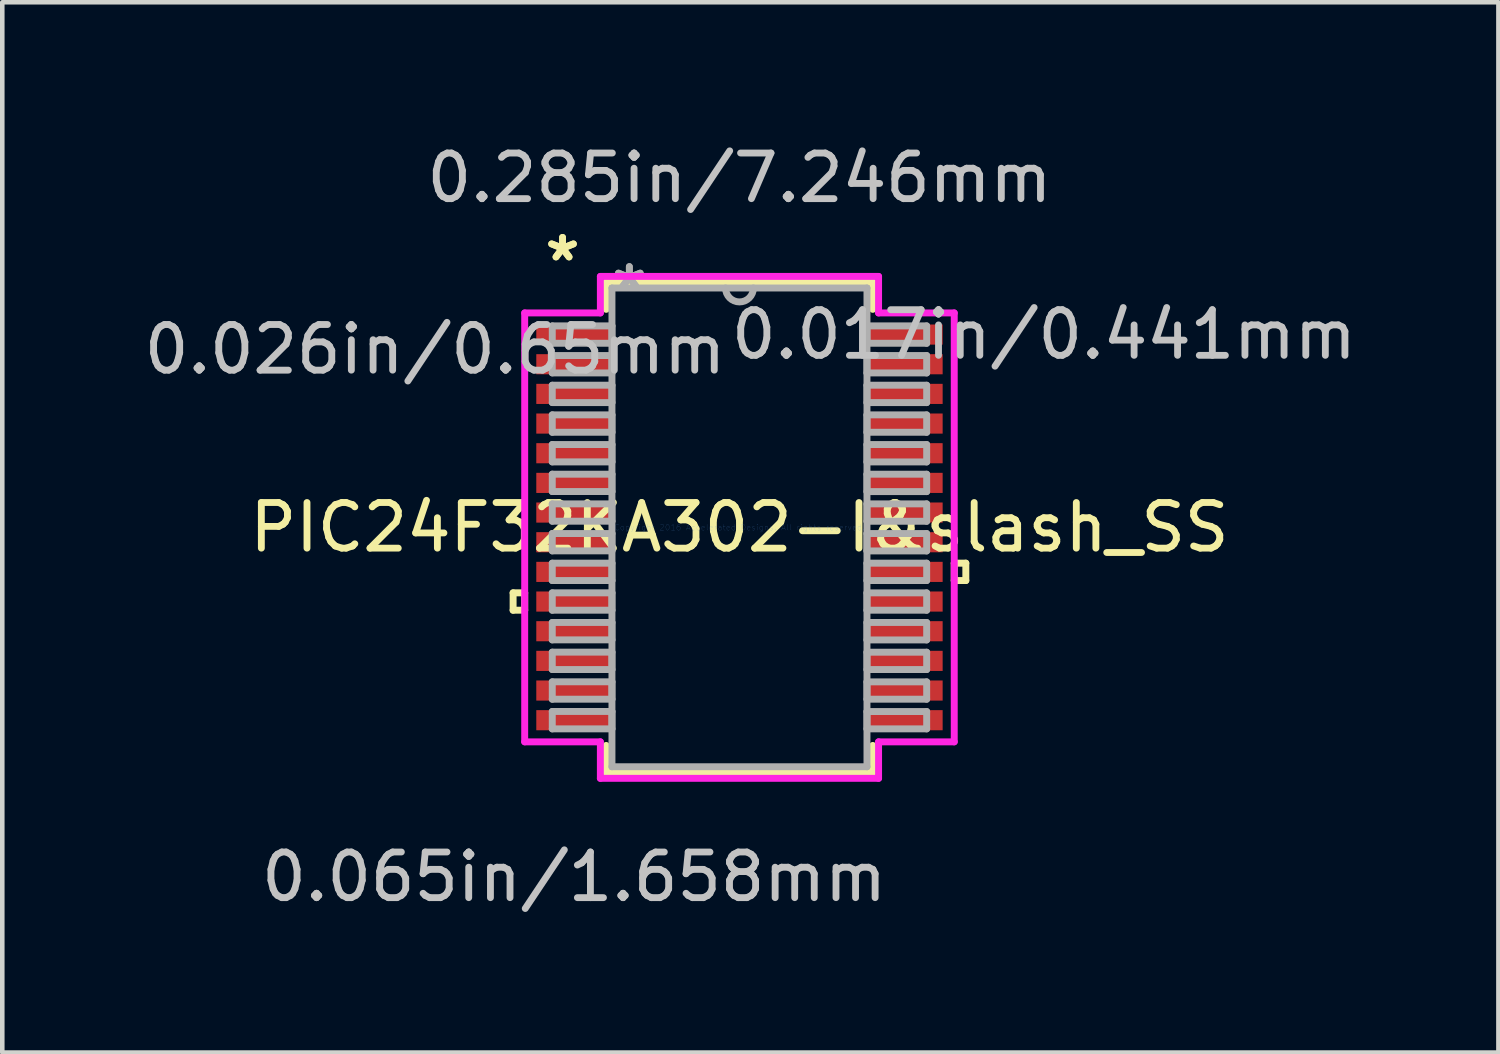
<source format=kicad_pcb>
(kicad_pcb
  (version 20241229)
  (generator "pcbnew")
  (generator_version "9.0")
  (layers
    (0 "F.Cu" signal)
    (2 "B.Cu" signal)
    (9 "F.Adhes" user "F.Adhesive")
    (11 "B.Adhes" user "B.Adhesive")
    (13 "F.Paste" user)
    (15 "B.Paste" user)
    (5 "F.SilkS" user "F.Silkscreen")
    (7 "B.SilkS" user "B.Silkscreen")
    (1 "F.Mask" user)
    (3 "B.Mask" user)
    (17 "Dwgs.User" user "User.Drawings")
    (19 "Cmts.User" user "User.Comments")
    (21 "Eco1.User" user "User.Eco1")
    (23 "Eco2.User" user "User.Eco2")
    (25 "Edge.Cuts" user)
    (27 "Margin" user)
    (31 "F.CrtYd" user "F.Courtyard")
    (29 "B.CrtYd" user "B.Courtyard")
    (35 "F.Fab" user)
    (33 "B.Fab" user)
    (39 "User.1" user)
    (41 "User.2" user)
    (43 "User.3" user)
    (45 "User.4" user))
  (footprint "PIC24F32KA302-I&slash_SS"
    (layer "F.Cu")
    (at 13.153 8.506)
    (property "Reference" "PIC24F32KA302-I&slash_SS" (at 0 0 0) (layer "F.SilkS") (effects (font (size 1 1) (thickness 0.15))))
    (attr through_hole)
    (fp_line (start -4.96 1.434) (end -4.96 1.815) (stroke (width 0.152) (type solid)) (layer "F.SilkS"))
    (fp_line (start -4.96 1.815) (end -4.706 1.815) (stroke (width 0.152) (type solid)) (layer "F.SilkS"))
    (fp_line (start -4.706 1.434) (end -4.96 1.434) (stroke (width 0.152) (type solid)) (layer "F.SilkS"))
    (fp_line (start -4.706 1.815) (end -4.706 1.434) (stroke (width 0.152) (type solid)) (layer "F.SilkS"))
    (fp_line (start -2.921 -5.372) (end -2.921 -4.778) (stroke (width 0.152) (type solid)) (layer "F.SilkS"))
    (fp_line (start -2.921 4.778) (end -2.921 5.372) (stroke (width 0.152) (type solid)) (layer "F.SilkS"))
    (fp_line (start -2.921 5.372) (end 2.921 5.372) (stroke (width 0.152) (type solid)) (layer "F.SilkS"))
    (fp_line (start 2.921 -5.372) (end -2.921 -5.372) (stroke (width 0.152) (type solid)) (layer "F.SilkS"))
    (fp_line (start 2.921 -4.778) (end 2.921 -5.372) (stroke (width 0.152) (type solid)) (layer "F.SilkS"))
    (fp_line (start 2.921 5.372) (end 2.921 4.778) (stroke (width 0.152) (type solid)) (layer "F.SilkS"))
    (fp_line (start 4.706 0.784) (end 4.96 0.784) (stroke (width 0.152) (type solid)) (layer "F.SilkS"))
    (fp_line (start 4.706 1.165) (end 4.706 0.784) (stroke (width 0.152) (type solid)) (layer "F.SilkS"))
    (fp_line (start 4.96 0.784) (end 4.96 1.165) (stroke (width 0.152) (type solid)) (layer "F.SilkS"))
    (fp_line (start 4.96 1.165) (end 4.706 1.165) (stroke (width 0.152) (type solid)) (layer "F.SilkS"))
    (fp_line (start -4.706 -4.699) (end -3.048 -4.699) (stroke (width 0.152) (type solid)) (layer "F.CrtYd"))
    (fp_line (start -4.706 4.699) (end -4.706 -4.699) (stroke (width 0.152) (type solid)) (layer "F.CrtYd"))
    (fp_line (start -3.048 -5.499) (end 3.048 -5.499) (stroke (width 0.152) (type solid)) (layer "F.CrtYd"))
    (fp_line (start -3.048 -4.699) (end -3.048 -5.499) (stroke (width 0.152) (type solid)) (layer "F.CrtYd"))
    (fp_line (start -3.048 4.699) (end -4.706 4.699) (stroke (width 0.152) (type solid)) (layer "F.CrtYd"))
    (fp_line (start -3.048 5.499) (end -3.048 4.699) (stroke (width 0.152) (type solid)) (layer "F.CrtYd"))
    (fp_line (start 3.048 -5.499) (end 3.048 -4.699) (stroke (width 0.152) (type solid)) (layer "F.CrtYd"))
    (fp_line (start 3.048 -4.699) (end 4.706 -4.699) (stroke (width 0.152) (type solid)) (layer "F.CrtYd"))
    (fp_line (start 3.048 4.699) (end 3.048 5.499) (stroke (width 0.152) (type solid)) (layer "F.CrtYd"))
    (fp_line (start 3.048 5.499) (end -3.048 5.499) (stroke (width 0.152) (type solid)) (layer "F.CrtYd"))
    (fp_line (start 4.706 -4.699) (end 4.706 4.699) (stroke (width 0.152) (type solid)) (layer "F.CrtYd"))
    (fp_line (start 4.706 4.699) (end 3.048 4.699) (stroke (width 0.152) (type solid)) (layer "F.CrtYd"))
    (fp_line (start -4.102 -4.415) (end -4.102 -4.035) (stroke (width 0.152) (type solid)) (layer "F.Fab"))
    (fp_line (start -4.102 -4.035) (end -2.794 -4.035) (stroke (width 0.152) (type solid)) (layer "F.Fab"))
    (fp_line (start -4.102 -3.765) (end -4.102 -3.385) (stroke (width 0.152) (type solid)) (layer "F.Fab"))
    (fp_line (start -4.102 -3.385) (end -2.794 -3.385) (stroke (width 0.152) (type solid)) (layer "F.Fab"))
    (fp_line (start -4.102 -3.115) (end -4.102 -2.735) (stroke (width 0.152) (type solid)) (layer "F.Fab"))
    (fp_line (start -4.102 -2.735) (end -2.794 -2.735) (stroke (width 0.152) (type solid)) (layer "F.Fab"))
    (fp_line (start -4.102 -2.466) (end -4.102 -2.084) (stroke (width 0.152) (type solid)) (layer "F.Fab"))
    (fp_line (start -4.102 -2.084) (end -2.794 -2.084) (stroke (width 0.152) (type solid)) (layer "F.Fab"))
    (fp_line (start -4.102 -1.816) (end -4.102 -1.435) (stroke (width 0.152) (type solid)) (layer "F.Fab"))
    (fp_line (start -4.102 -1.435) (end -2.794 -1.435) (stroke (width 0.152) (type solid)) (layer "F.Fab"))
    (fp_line (start -4.102 -1.166) (end -4.102 -0.785) (stroke (width 0.152) (type solid)) (layer "F.Fab"))
    (fp_line (start -4.102 -0.785) (end -2.794 -0.785) (stroke (width 0.152) (type solid)) (layer "F.Fab"))
    (fp_line (start -4.102 -0.516) (end -4.102 -0.135) (stroke (width 0.152) (type solid)) (layer "F.Fab"))
    (fp_line (start -4.102 -0.135) (end -2.794 -0.135) (stroke (width 0.152) (type solid)) (layer "F.Fab"))
    (fp_line (start -4.102 0.134) (end -4.102 0.515) (stroke (width 0.152) (type solid)) (layer "F.Fab"))
    (fp_line (start -4.102 0.515) (end -2.794 0.515) (stroke (width 0.152) (type solid)) (layer "F.Fab"))
    (fp_line (start -4.102 0.784) (end -4.102 1.165) (stroke (width 0.152) (type solid)) (layer "F.Fab"))
    (fp_line (start -4.102 1.165) (end -2.794 1.165) (stroke (width 0.152) (type solid)) (layer "F.Fab"))
    (fp_line (start -4.102 1.434) (end -4.102 1.815) (stroke (width 0.152) (type solid)) (layer "F.Fab"))
    (fp_line (start -4.102 1.815) (end -2.794 1.815) (stroke (width 0.152) (type solid)) (layer "F.Fab"))
    (fp_line (start -4.102 2.084) (end -4.102 2.465) (stroke (width 0.152) (type solid)) (layer "F.Fab"))
    (fp_line (start -4.102 2.465) (end -2.794 2.465) (stroke (width 0.152) (type solid)) (layer "F.Fab"))
    (fp_line (start -4.102 2.734) (end -4.102 3.115) (stroke (width 0.152) (type solid)) (layer "F.Fab"))
    (fp_line (start -4.102 3.115) (end -2.794 3.115) (stroke (width 0.152) (type solid)) (layer "F.Fab"))
    (fp_line (start -4.102 3.384) (end -4.102 3.765) (stroke (width 0.152) (type solid)) (layer "F.Fab"))
    (fp_line (start -4.102 3.765) (end -2.794 3.765) (stroke (width 0.152) (type solid)) (layer "F.Fab"))
    (fp_line (start -4.102 4.034) (end -4.102 4.415) (stroke (width 0.152) (type solid)) (layer "F.Fab"))
    (fp_line (start -4.102 4.415) (end -2.794 4.415) (stroke (width 0.152) (type solid)) (layer "F.Fab"))
    (fp_line (start -2.794 -5.245) (end -2.794 5.245) (stroke (width 0.152) (type solid)) (layer "F.Fab"))
    (fp_line (start -2.794 -4.415) (end -4.102 -4.415) (stroke (width 0.152) (type solid)) (layer "F.Fab"))
    (fp_line (start -2.794 -4.035) (end -2.794 -4.415) (stroke (width 0.152) (type solid)) (layer "F.Fab"))
    (fp_line (start -2.794 -3.765) (end -4.102 -3.765) (stroke (width 0.152) (type solid)) (layer "F.Fab"))
    (fp_line (start -2.794 -3.385) (end -2.794 -3.765) (stroke (width 0.152) (type solid)) (layer "F.Fab"))
    (fp_line (start -2.794 -3.115) (end -4.102 -3.115) (stroke (width 0.152) (type solid)) (layer "F.Fab"))
    (fp_line (start -2.794 -2.735) (end -2.794 -3.115) (stroke (width 0.152) (type solid)) (layer "F.Fab"))
    (fp_line (start -2.794 -2.466) (end -4.102 -2.466) (stroke (width 0.152) (type solid)) (layer "F.Fab"))
    (fp_line (start -2.794 -2.084) (end -2.794 -2.466) (stroke (width 0.152) (type solid)) (layer "F.Fab"))
    (fp_line (start -2.794 -1.816) (end -4.102 -1.816) (stroke (width 0.152) (type solid)) (layer "F.Fab"))
    (fp_line (start -2.794 -1.435) (end -2.794 -1.816) (stroke (width 0.152) (type solid)) (layer "F.Fab"))
    (fp_line (start -2.794 -1.166) (end -4.102 -1.166) (stroke (width 0.152) (type solid)) (layer "F.Fab"))
    (fp_line (start -2.794 -0.785) (end -2.794 -1.166) (stroke (width 0.152) (type solid)) (layer "F.Fab"))
    (fp_line (start -2.794 -0.516) (end -4.102 -0.516) (stroke (width 0.152) (type solid)) (layer "F.Fab"))
    (fp_line (start -2.794 -0.135) (end -2.794 -0.516) (stroke (width 0.152) (type solid)) (layer "F.Fab"))
    (fp_line (start -2.794 0.134) (end -4.102 0.134) (stroke (width 0.152) (type solid)) (layer "F.Fab"))
    (fp_line (start -2.794 0.515) (end -2.794 0.134) (stroke (width 0.152) (type solid)) (layer "F.Fab"))
    (fp_line (start -2.794 0.784) (end -4.102 0.784) (stroke (width 0.152) (type solid)) (layer "F.Fab"))
    (fp_line (start -2.794 1.165) (end -2.794 0.784) (stroke (width 0.152) (type solid)) (layer "F.Fab"))
    (fp_line (start -2.794 1.434) (end -4.102 1.434) (stroke (width 0.152) (type solid)) (layer "F.Fab"))
    (fp_line (start -2.794 1.815) (end -2.794 1.434) (stroke (width 0.152) (type solid)) (layer "F.Fab"))
    (fp_line (start -2.794 2.084) (end -4.102 2.084) (stroke (width 0.152) (type solid)) (layer "F.Fab"))
    (fp_line (start -2.794 2.465) (end -2.794 2.084) (stroke (width 0.152) (type solid)) (layer "F.Fab"))
    (fp_line (start -2.794 2.734) (end -4.102 2.734) (stroke (width 0.152) (type solid)) (layer "F.Fab"))
    (fp_line (start -2.794 3.115) (end -2.794 2.734) (stroke (width 0.152) (type solid)) (layer "F.Fab"))
    (fp_line (start -2.794 3.384) (end -4.102 3.384) (stroke (width 0.152) (type solid)) (layer "F.Fab"))
    (fp_line (start -2.794 3.765) (end -2.794 3.384) (stroke (width 0.152) (type solid)) (layer "F.Fab"))
    (fp_line (start -2.794 4.034) (end -4.102 4.034) (stroke (width 0.152) (type solid)) (layer "F.Fab"))
    (fp_line (start -2.794 4.415) (end -2.794 4.034) (stroke (width 0.152) (type solid)) (layer "F.Fab"))
    (fp_line (start -2.794 5.245) (end 2.794 5.245) (stroke (width 0.152) (type solid)) (layer "F.Fab"))
    (fp_line (start 2.794 -5.245) (end -2.794 -5.245) (stroke (width 0.152) (type solid)) (layer "F.Fab"))
    (fp_line (start 2.794 -4.415) (end 2.794 -4.034) (stroke (width 0.152) (type solid)) (layer "F.Fab"))
    (fp_line (start 2.794 -4.034) (end 4.102 -4.034) (stroke (width 0.152) (type solid)) (layer "F.Fab"))
    (fp_line (start 2.794 -3.765) (end 2.794 -3.384) (stroke (width 0.152) (type solid)) (layer "F.Fab"))
    (fp_line (start 2.794 -3.384) (end 4.102 -3.384) (stroke (width 0.152) (type solid)) (layer "F.Fab"))
    (fp_line (start 2.794 -3.115) (end 2.794 -2.734) (stroke (width 0.152) (type solid)) (layer "F.Fab"))
    (fp_line (start 2.794 -2.734) (end 4.102 -2.734) (stroke (width 0.152) (type solid)) (layer "F.Fab"))
    (fp_line (start 2.794 -2.465) (end 2.794 -2.084) (stroke (width 0.152) (type solid)) (layer "F.Fab"))
    (fp_line (start 2.794 -2.084) (end 4.102 -2.084) (stroke (width 0.152) (type solid)) (layer "F.Fab"))
    (fp_line (start 2.794 -1.815) (end 2.794 -1.434) (stroke (width 0.152) (type solid)) (layer "F.Fab"))
    (fp_line (start 2.794 -1.434) (end 4.102 -1.434) (stroke (width 0.152) (type solid)) (layer "F.Fab"))
    (fp_line (start 2.794 -1.165) (end 2.794 -0.784) (stroke (width 0.152) (type solid)) (layer "F.Fab"))
    (fp_line (start 2.794 -0.784) (end 4.102 -0.784) (stroke (width 0.152) (type solid)) (layer "F.Fab"))
    (fp_line (start 2.794 -0.515) (end 2.794 -0.134) (stroke (width 0.152) (type solid)) (layer "F.Fab"))
    (fp_line (start 2.794 -0.134) (end 4.102 -0.134) (stroke (width 0.152) (type solid)) (layer "F.Fab"))
    (fp_line (start 2.794 0.135) (end 2.794 0.516) (stroke (width 0.152) (type solid)) (layer "F.Fab"))
    (fp_line (start 2.794 0.516) (end 4.102 0.516) (stroke (width 0.152) (type solid)) (layer "F.Fab"))
    (fp_line (start 2.794 0.784) (end 2.794 1.165) (stroke (width 0.152) (type solid)) (layer "F.Fab"))
    (fp_line (start 2.794 1.165) (end 4.102 1.165) (stroke (width 0.152) (type solid)) (layer "F.Fab"))
    (fp_line (start 2.794 1.435) (end 2.794 1.815) (stroke (width 0.152) (type solid)) (layer "F.Fab"))
    (fp_line (start 2.794 1.815) (end 4.102 1.815) (stroke (width 0.152) (type solid)) (layer "F.Fab"))
    (fp_line (start 2.794 2.084) (end 2.794 2.466) (stroke (width 0.152) (type solid)) (layer "F.Fab"))
    (fp_line (start 2.794 2.466) (end 4.102 2.466) (stroke (width 0.152) (type solid)) (layer "F.Fab"))
    (fp_line (start 2.794 2.735) (end 2.794 3.115) (stroke (width 0.152) (type solid)) (layer "F.Fab"))
    (fp_line (start 2.794 3.115) (end 4.102 3.115) (stroke (width 0.152) (type solid)) (layer "F.Fab"))
    (fp_line (start 2.794 3.385) (end 2.794 3.765) (stroke (width 0.152) (type solid)) (layer "F.Fab"))
    (fp_line (start 2.794 3.765) (end 4.102 3.765) (stroke (width 0.152) (type solid)) (layer "F.Fab"))
    (fp_line (start 2.794 4.035) (end 2.794 4.415) (stroke (width 0.152) (type solid)) (layer "F.Fab"))
    (fp_line (start 2.794 4.415) (end 4.102 4.415) (stroke (width 0.152) (type solid)) (layer "F.Fab"))
    (fp_line (start 2.794 5.245) (end 2.794 -5.245) (stroke (width 0.152) (type solid)) (layer "F.Fab"))
    (fp_line (start 4.102 -4.415) (end 2.794 -4.415) (stroke (width 0.152) (type solid)) (layer "F.Fab"))
    (fp_line (start 4.102 -4.034) (end 4.102 -4.415) (stroke (width 0.152) (type solid)) (layer "F.Fab"))
    (fp_line (start 4.102 -3.765) (end 2.794 -3.765) (stroke (width 0.152) (type solid)) (layer "F.Fab"))
    (fp_line (start 4.102 -3.384) (end 4.102 -3.765) (stroke (width 0.152) (type solid)) (layer "F.Fab"))
    (fp_line (start 4.102 -3.115) (end 2.794 -3.115) (stroke (width 0.152) (type solid)) (layer "F.Fab"))
    (fp_line (start 4.102 -2.734) (end 4.102 -3.115) (stroke (width 0.152) (type solid)) (layer "F.Fab"))
    (fp_line (start 4.102 -2.465) (end 2.794 -2.465) (stroke (width 0.152) (type solid)) (layer "F.Fab"))
    (fp_line (start 4.102 -2.084) (end 4.102 -2.465) (stroke (width 0.152) (type solid)) (layer "F.Fab"))
    (fp_line (start 4.102 -1.815) (end 2.794 -1.815) (stroke (width 0.152) (type solid)) (layer "F.Fab"))
    (fp_line (start 4.102 -1.434) (end 4.102 -1.815) (stroke (width 0.152) (type solid)) (layer "F.Fab"))
    (fp_line (start 4.102 -1.165) (end 2.794 -1.165) (stroke (width 0.152) (type solid)) (layer "F.Fab"))
    (fp_line (start 4.102 -0.784) (end 4.102 -1.165) (stroke (width 0.152) (type solid)) (layer "F.Fab"))
    (fp_line (start 4.102 -0.515) (end 2.794 -0.515) (stroke (width 0.152) (type solid)) (layer "F.Fab"))
    (fp_line (start 4.102 -0.134) (end 4.102 -0.515) (stroke (width 0.152) (type solid)) (layer "F.Fab"))
    (fp_line (start 4.102 0.135) (end 2.794 0.135) (stroke (width 0.152) (type solid)) (layer "F.Fab"))
    (fp_line (start 4.102 0.516) (end 4.102 0.135) (stroke (width 0.152) (type solid)) (layer "F.Fab"))
    (fp_line (start 4.102 0.784) (end 2.794 0.784) (stroke (width 0.152) (type solid)) (layer "F.Fab"))
    (fp_line (start 4.102 1.165) (end 4.102 0.784) (stroke (width 0.152) (type solid)) (layer "F.Fab"))
    (fp_line (start 4.102 1.435) (end 2.794 1.435) (stroke (width 0.152) (type solid)) (layer "F.Fab"))
    (fp_line (start 4.102 1.815) (end 4.102 1.435) (stroke (width 0.152) (type solid)) (layer "F.Fab"))
    (fp_line (start 4.102 2.084) (end 2.794 2.084) (stroke (width 0.152) (type solid)) (layer "F.Fab"))
    (fp_line (start 4.102 2.466) (end 4.102 2.084) (stroke (width 0.152) (type solid)) (layer "F.Fab"))
    (fp_line (start 4.102 2.735) (end 2.794 2.735) (stroke (width 0.152) (type solid)) (layer "F.Fab"))
    (fp_line (start 4.102 3.115) (end 4.102 2.735) (stroke (width 0.152) (type solid)) (layer "F.Fab"))
    (fp_line (start 4.102 3.385) (end 2.794 3.385) (stroke (width 0.152) (type solid)) (layer "F.Fab"))
    (fp_line (start 4.102 3.765) (end 4.102 3.385) (stroke (width 0.152) (type solid)) (layer "F.Fab"))
    (fp_line (start 4.102 4.035) (end 2.794 4.035) (stroke (width 0.152) (type solid)) (layer "F.Fab"))
    (fp_line (start 4.102 4.415) (end 4.102 4.035) (stroke (width 0.152) (type solid)) (layer "F.Fab"))
    (fp_arc (start 0.3048 -5.2451) (mid 0 -4.9403) (end -0.3048 -5.2451) (stroke (width 0.1524) (type solid)) (layer "F.Fab"))
    (fp_text user "*" (at -3.877 -5.809 0) (layer "F.SilkS") (effects (font (size 1 1) (thickness 0.15))))
    (fp_text user "*" (at -3.877 -5.809 0) (layer "F.SilkS") (effects (font (size 1 1) (thickness 0.15))))
    (fp_text user "0.017in/0.441mm" (at 6.671 -4.225 0) (layer "Dwgs.User") (effects (font (size 1 1) (thickness 0.15))))
    (fp_text user "0.285in/7.246mm" (at 0 -7.658 0) (layer "Dwgs.User") (effects (font (size 1 1) (thickness 0.15))))
    (fp_text user "0.065in/1.658mm" (at -3.623 7.658 0) (layer "Dwgs.User") (effects (font (size 1 1) (thickness 0.15))))
    (fp_text user "0.026in/0.65mm" (at -6.671 -3.9 0) (layer "Dwgs.User") (effects (font (size 1 1) (thickness 0.15))))
    (fp_text user "Copyright 2016 Accelerated Designs. All rights reserved." (at 0 0 0) (layer "Cmts.User") (effects (font (size 0.127 0.127) (thickness 0.002))))
    (fp_text user "*" (at -2.413 -5.169 0) (layer "F.Fab") (effects (font (size 1 1) (thickness 0.15))))
    (fp_text user "*" (at -2.413 -5.169 0) (layer "F.Fab") (effects (font (size 1 1) (thickness 0.15))))
    (pad "1" smd rect (at -3.623 -4.225) (size 1.658 0.441) (layers "F.Cu" "F.Mask" "F.Paste"))
    (pad "2" smd rect (at -3.623 -3.575) (size 1.658 0.441) (layers "F.Cu" "F.Mask" "F.Paste"))
    (pad "3" smd rect (at -3.623 -2.925) (size 1.658 0.441) (layers "F.Cu" "F.Mask" "F.Paste"))
    (pad "4" smd rect (at -3.623 -2.275) (size 1.658 0.441) (layers "F.Cu" "F.Mask" "F.Paste"))
    (pad "5" smd rect (at -3.623 -1.625) (size 1.658 0.441) (layers "F.Cu" "F.Mask" "F.Paste"))
    (pad "6" smd rect (at -3.623 -0.975) (size 1.658 0.441) (layers "F.Cu" "F.Mask" "F.Paste"))
    (pad "7" smd rect (at -3.623 -0.325) (size 1.658 0.441) (layers "F.Cu" "F.Mask" "F.Paste"))
    (pad "8" smd rect (at -3.623 0.325) (size 1.658 0.441) (layers "F.Cu" "F.Mask" "F.Paste"))
    (pad "9" smd rect (at -3.623 0.975) (size 1.658 0.441) (layers "F.Cu" "F.Mask" "F.Paste"))
    (pad "10" smd rect (at -3.623 1.625) (size 1.658 0.441) (layers "F.Cu" "F.Mask" "F.Paste"))
    (pad "11" smd rect (at -3.623 2.275) (size 1.658 0.441) (layers "F.Cu" "F.Mask" "F.Paste"))
    (pad "12" smd rect (at -3.623 2.925) (size 1.658 0.441) (layers "F.Cu" "F.Mask" "F.Paste"))
    (pad "13" smd rect (at -3.623 3.575) (size 1.658 0.441) (layers "F.Cu" "F.Mask" "F.Paste"))
    (pad "14" smd rect (at -3.623 4.225) (size 1.658 0.441) (layers "F.Cu" "F.Mask" "F.Paste"))
    (pad "15" smd rect (at 3.623 4.225) (size 1.658 0.441) (layers "F.Cu" "F.Mask" "F.Paste"))
    (pad "16" smd rect (at 3.623 3.575) (size 1.658 0.441) (layers "F.Cu" "F.Mask" "F.Paste"))
    (pad "17" smd rect (at 3.623 2.925) (size 1.658 0.441) (layers "F.Cu" "F.Mask" "F.Paste"))
    (pad "18" smd rect (at 3.623 2.275) (size 1.658 0.441) (layers "F.Cu" "F.Mask" "F.Paste"))
    (pad "19" smd rect (at 3.623 1.625) (size 1.658 0.441) (layers "F.Cu" "F.Mask" "F.Paste"))
    (pad "20" smd rect (at 3.623 0.975) (size 1.658 0.441) (layers "F.Cu" "F.Mask" "F.Paste"))
    (pad "21" smd rect (at 3.623 0.325) (size 1.658 0.441) (layers "F.Cu" "F.Mask" "F.Paste"))
    (pad "22" smd rect (at 3.623 -0.325) (size 1.658 0.441) (layers "F.Cu" "F.Mask" "F.Paste"))
    (pad "23" smd rect (at 3.623 -0.975) (size 1.658 0.441) (layers "F.Cu" "F.Mask" "F.Paste"))
    (pad "24" smd rect (at 3.623 -1.625) (size 1.658 0.441) (layers "F.Cu" "F.Mask" "F.Paste"))
    (pad "25" smd rect (at 3.623 -2.275) (size 1.658 0.441) (layers "F.Cu" "F.Mask" "F.Paste"))
    (pad "26" smd rect (at 3.623 -2.925) (size 1.658 0.441) (layers "F.Cu" "F.Mask" "F.Paste"))
    (pad "27" smd rect (at 3.623 -3.575) (size 1.658 0.441) (layers "F.Cu" "F.Mask" "F.Paste"))
    (pad "28" smd rect (at 3.623 -4.225) (size 1.658 0.441) (layers "F.Cu" "F.Mask" "F.Paste")))
  (gr_rect
    (start -3 -3)
    (end 29.783 20.013)
    (stroke (width 0.1) (type default))
    (fill no)
    (layer "Edge.Cuts")))
</source>
